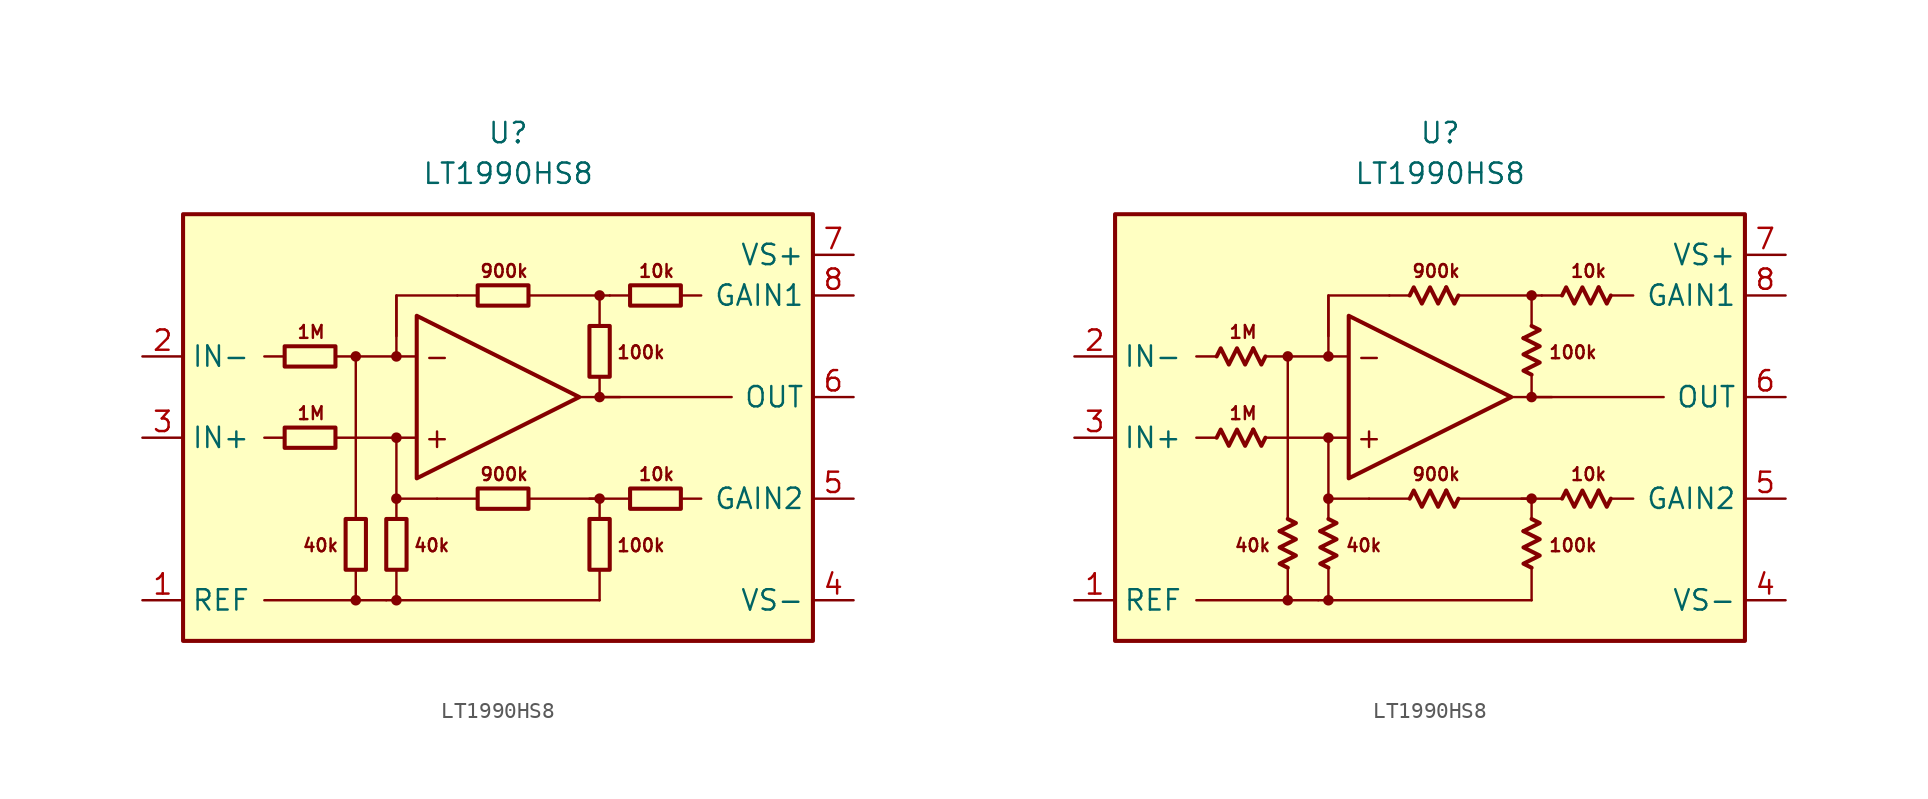
<source format=kicad_sym>
(kicad_symbol_lib
  (version 20231120)
  (generator "kicad_symbol_editor")
  (generator_version "8.0")
  (symbol "LT1990HS8"
    (property "Reference" "U"
      (at 0 19.05 0)
      (effects (font (size 1.27 1.27))))
    (property "Value" "LT1990HS8"
      (at 0 16.51 0)
      (effects (font (size 1.27 1.27))))
    (symbol "LT1990HS8_0_0"
      (rectangle (start -20.32 13.97) (end 19.05 -12.7) (stroke (width 0.254) (type default)) (fill (type background)))
      (circle (center -9.525 -10.16) (radius 0.254) (stroke (width 0.152) (type default)) (fill (type outline)))
      (circle (center -9.525 5.08) (radius 0.254) (stroke (width 0.152) (type default)) (fill (type outline)))
      (circle (center -6.985 -10.16) (radius 0.254) (stroke (width 0.152) (type default)) (fill (type outline)))
      (circle (center -6.985 -3.81) (radius 0.254) (stroke (width 0.152) (type default)) (fill (type outline)))
      (circle (center -6.985 0) (radius 0.254) (stroke (width 0.152) (type default)) (fill (type outline)))
      (circle (center -6.985 5.08) (radius 0.254) (stroke (width 0.152) (type default)) (fill (type outline)))
      (polyline (pts (xy -13.97 0) (xy -15.24 0)) (stroke (width 0.152) (type default)) (fill (type none)))
      (polyline (pts (xy -13.97 5.08) (xy -15.24 5.08)) (stroke (width 0.152) (type default)) (fill (type none)))
      (polyline (pts (xy -9.525 -8.255) (xy -9.525 -10.16)) (stroke (width 0.152) (type default)) (fill (type none)))
      (polyline (pts (xy -9.525 -5.08) (xy -9.525 5.08)) (stroke (width 0.152) (type default)) (fill (type none)))
      (polyline (pts (xy -7.62 -10.16) (xy -15.24 -10.16)) (stroke (width 0.152) (type default)) (fill (type none)))
      (polyline (pts (xy -6.985 -8.255) (xy -6.985 -10.16)) (stroke (width 0.152) (type default)) (fill (type none)))
      (polyline (pts (xy -6.985 -3.81) (xy -6.985 0)) (stroke (width 0.152) (type default)) (fill (type none)))
      (polyline (pts (xy -6.985 5.08) (xy -6.985 8.89)) (stroke (width 0.152) (type default)) (fill (type none)))
      (polyline (pts (xy -5.715 0) (xy -10.795 0)) (stroke (width 0.152) (type default)) (fill (type none)))
      (polyline (pts (xy -5.715 5.08) (xy -10.795 5.08)) (stroke (width 0.152) (type default)) (fill (type none)))
      (polyline (pts (xy -1.905 -3.81) (xy -4.445 -3.81)) (stroke (width 0.152) (type default)) (fill (type none)))
      (polyline (pts (xy -1.905 8.89) (xy -3.175 8.89)) (stroke (width 0.152) (type default)) (fill (type none)))
      (polyline (pts (xy 4.445 2.54) (xy 13.97 2.54)) (stroke (width 0.152) (type default)) (fill (type none)))
      (polyline (pts (xy 5.715 -10.16) (xy -7.62 -10.16)) (stroke (width 0.152) (type default)) (fill (type none)))
      (polyline (pts (xy 5.715 -8.255) (xy 5.715 -10.16)) (stroke (width 0.152) (type default)) (fill (type none)))
      (polyline (pts (xy 5.715 2.54) (xy 5.715 3.81)) (stroke (width 0.152) (type default)) (fill (type none)))
      (polyline (pts (xy 5.715 2.54) (xy 6.985 2.54)) (stroke (width 0.152) (type default)) (fill (type none)))
      (polyline (pts (xy 5.715 8.89) (xy 1.27 8.89)) (stroke (width 0.152) (type default)) (fill (type none)))
      (polyline (pts (xy 7.62 -3.81) (xy 5.08 -3.81)) (stroke (width 0.152) (type default)) (fill (type none)))
      (polyline (pts (xy 7.62 8.89) (xy 6.35 8.89)) (stroke (width 0.152) (type default)) (fill (type none)))
      (polyline (pts (xy 10.795 -3.81) (xy 12.065 -3.81)) (stroke (width 0.152) (type default)) (fill (type none)))
      (polyline (pts (xy 10.795 8.89) (xy 12.065 8.89)) (stroke (width 0.152) (type default)) (fill (type none)))
      (polyline (pts (xy -4.445 -3.81) (xy -6.985 -3.81) (xy -6.985 -5.08)) (stroke (width 0.152) (type default)) (fill (type none)))
      (polyline (pts (xy -3.175 8.89) (xy -6.985 8.89) (xy -6.985 6.35)) (stroke (width 0.152) (type default)) (fill (type none)))
      (polyline (pts (xy 5.715 -5.08) (xy 5.715 -3.81) (xy 1.27 -3.81)) (stroke (width 0.152) (type default)) (fill (type none)))
      (polyline (pts (xy 6.35 8.89) (xy 5.715 8.89) (xy 5.715 6.985)) (stroke (width 0.152) (type default)) (fill (type none)))
      (polyline (pts (xy -5.715 7.62) (xy -5.715 -2.54) (xy 4.445 2.54) (xy -5.715 7.62)) (stroke (width 0.254) (type default)) (fill (type none)))
      (circle (center 5.715 -3.81) (radius 0.254) (stroke (width 0.152) (type default)) (fill (type outline)))
      (circle (center 5.715 2.54) (radius 0.254) (stroke (width 0.152) (type default)) (fill (type outline)))
      (circle (center 5.715 8.89) (radius 0.254) (stroke (width 0.152) (type default)) (fill (type outline)))
      (text "+" (at -4.445 0 0) (effects (font (size 1.27 1.27))))
      (text "-" (at -4.445 5.08 0) (effects (font (size 1.27 1.27))))
      (text "100k" (at 6.731 -6.731 0) (effects (font (size 0.8 0.8)) (justify left)))
      (text "100k" (at 6.731 5.334 0) (effects (font (size 0.8 0.8)) (justify left)))
      (text "10k" (at 9.271 -2.286 0) (effects (font (size 0.8 0.8))))
      (text "10k" (at 9.271 10.414 0) (effects (font (size 0.8 0.8))))
      (text "1M" (at -12.319 1.524 0) (effects (font (size 0.8 0.8))))
      (text "1M" (at -12.319 6.604 0) (effects (font (size 0.8 0.8))))
      (text "40k" (at -10.541 -6.731 0) (effects (font (size 0.8 0.8)) (justify right)))
      (text "40k" (at -5.969 -6.731 0) (effects (font (size 0.8 0.8)) (justify left)))
      (text "900k" (at -0.254 -2.286 0) (effects (font (size 0.8 0.8))))
      (text "900k" (at -0.254 10.414 0) (effects (font (size 0.8 0.8)))))
    (symbol "LT1990HS8_0_1"
      (rectangle (start -13.97 0.635) (end -10.795 -0.635) (stroke (width 0.254) (type default)) (fill (type none)))
      (rectangle (start -13.97 5.715) (end -10.795 4.445) (stroke (width 0.254) (type default)) (fill (type none)))
      (rectangle (start -10.16 -5.08) (end -8.89 -8.255) (stroke (width 0.254) (type default)) (fill (type none)))
      (rectangle (start -7.62 -8.255) (end -6.35 -5.08) (stroke (width 0.254) (type default)) (fill (type none)))
      (rectangle (start -1.905 -3.175) (end 1.27 -4.445) (stroke (width 0.254) (type default)) (fill (type none)))
      (rectangle (start -1.905 9.525) (end 1.27 8.255) (stroke (width 0.254) (type default)) (fill (type none)))
      (rectangle (start 5.08 -8.255) (end 6.35 -5.08) (stroke (width 0.254) (type default)) (fill (type none)))
      (rectangle (start 5.08 3.81) (end 6.35 6.985) (stroke (width 0.254) (type default)) (fill (type none)))
      (rectangle (start 7.62 -3.175) (end 10.795 -4.445) (stroke (width 0.254) (type default)) (fill (type none)))
      (rectangle (start 7.62 9.525) (end 10.795 8.255) (stroke (width 0.254) (type default)) (fill (type none))))
    (symbol "LT1990HS8_0_2"
      (polyline (pts (xy -11.684 0.508) (xy -11.176 -0.508) (xy -10.922 0)) (stroke (width 0.254) (type default)) (fill (type none)))
      (polyline (pts (xy -11.684 5.588) (xy -11.176 4.572) (xy -10.922 5.08)) (stroke (width 0.254) (type default)) (fill (type none)))
      (polyline (pts (xy -10.033 -5.842) (xy -9.017 -5.334) (xy -9.525 -5.08)) (stroke (width 0.254) (type default)) (fill (type none)))
      (polyline (pts (xy -7.493 -5.842) (xy -6.477 -5.334) (xy -6.985 -5.08)) (stroke (width 0.254) (type default)) (fill (type none)))
      (polyline (pts (xy 0.381 -3.302) (xy 0.889 -4.318) (xy 1.143 -3.81)) (stroke (width 0.254) (type default)) (fill (type none)))
      (polyline (pts (xy 0.381 9.398) (xy 0.889 8.382) (xy 1.143 8.89)) (stroke (width 0.254) (type default)) (fill (type none)))
      (polyline (pts (xy 5.207 -5.842) (xy 6.223 -5.334) (xy 5.715 -5.08)) (stroke (width 0.254) (type default)) (fill (type none)))
      (polyline (pts (xy 5.207 6.223) (xy 6.223 6.731) (xy 5.715 6.985)) (stroke (width 0.254) (type default)) (fill (type none)))
      (polyline (pts (xy 9.906 -3.302) (xy 10.414 -4.318) (xy 10.668 -3.81)) (stroke (width 0.254) (type default)) (fill (type none)))
      (polyline (pts (xy 9.906 9.398) (xy 10.414 8.382) (xy 10.668 8.89)) (stroke (width 0.254) (type default)) (fill (type none)))
      (polyline (pts (xy -13.97 0) (xy -13.716 0.508) (xy -13.208 -0.508) (xy -12.7 0.508) (xy -12.192 -0.508) (xy -11.684 0.508)) (stroke (width 0.254) (type default)) (fill (type none)))
      (polyline (pts (xy -13.97 5.08) (xy -13.716 5.588) (xy -13.208 4.572) (xy -12.7 5.588) (xy -12.192 4.572) (xy -11.684 5.588)) (stroke (width 0.254) (type default)) (fill (type none)))
      (polyline (pts (xy -9.525 -8.128) (xy -10.033 -7.874) (xy -9.017 -7.366) (xy -10.033 -6.858) (xy -9.017 -6.35) (xy -10.033 -5.842)) (stroke (width 0.254) (type default)) (fill (type none)))
      (polyline (pts (xy -6.985 -8.128) (xy -7.493 -7.874) (xy -6.477 -7.366) (xy -7.493 -6.858) (xy -6.477 -6.35) (xy -7.493 -5.842)) (stroke (width 0.254) (type default)) (fill (type none)))
      (polyline (pts (xy -1.905 -3.81) (xy -1.651 -3.302) (xy -1.143 -4.318) (xy -0.635 -3.302) (xy -0.127 -4.318) (xy 0.381 -3.302)) (stroke (width 0.254) (type default)) (fill (type none)))
      (polyline (pts (xy -1.905 8.89) (xy -1.651 9.398) (xy -1.143 8.382) (xy -0.635 9.398) (xy -0.127 8.382) (xy 0.381 9.398)) (stroke (width 0.254) (type default)) (fill (type none)))
      (polyline (pts (xy 5.715 -8.128) (xy 5.207 -7.874) (xy 6.223 -7.366) (xy 5.207 -6.858) (xy 6.223 -6.35) (xy 5.207 -5.842)) (stroke (width 0.254) (type default)) (fill (type none)))
      (polyline (pts (xy 5.715 3.937) (xy 5.207 4.191) (xy 6.223 4.699) (xy 5.207 5.207) (xy 6.223 5.715) (xy 5.207 6.223)) (stroke (width 0.254) (type default)) (fill (type none)))
      (polyline (pts (xy 7.62 -3.81) (xy 7.874 -3.302) (xy 8.382 -4.318) (xy 8.89 -3.302) (xy 9.398 -4.318) (xy 9.906 -3.302)) (stroke (width 0.254) (type default)) (fill (type none)))
      (polyline (pts (xy 7.62 8.89) (xy 7.874 9.398) (xy 8.382 8.382) (xy 8.89 9.398) (xy 9.398 8.382) (xy 9.906 9.398)) (stroke (width 0.254) (type default)) (fill (type none))))
    (symbol "LT1990HS8_1_1"
      (pin input line (at -22.86 -10.16 0) (length 2.54) (name "REF" (effects (font (size 1.27 1.27)))) (number "1" (effects (font (size 1.27 1.27)))))
      (pin input line (at -22.86 5.08 0) (length 2.54) (name "IN-" (effects (font (size 1.27 1.27)))) (number "2" (effects (font (size 1.27 1.27)))))
      (pin input line (at -22.86 0 0) (length 2.54) (name "IN+" (effects (font (size 1.27 1.27)))) (number "3" (effects (font (size 1.27 1.27)))))
      (pin power_in line (at 21.59 -10.16 180) (length 2.54) (name "VS-" (effects (font (size 1.27 1.27)))) (number "4" (effects (font (size 1.27 1.27)))))
      (pin passive line (at 21.59 -3.81 180) (length 2.54) (name "GAIN2" (effects (font (size 1.27 1.27)))) (number "5" (effects (font (size 1.27 1.27)))))
      (pin output line (at 21.59 2.54 180) (length 2.54) (name "OUT" (effects (font (size 1.27 1.27)))) (number "6" (effects (font (size 1.27 1.27)))))
      (pin power_in line (at 21.59 11.43 180) (length 2.54) (name "VS+" (effects (font (size 1.27 1.27)))) (number "7" (effects (font (size 1.27 1.27)))))
      (pin passive line (at 21.59 8.89 180) (length 2.54) (name "GAIN1" (effects (font (size 1.27 1.27)))) (number "8" (effects (font (size 1.27 1.27))))))
    (symbol "LT1990HS8_1_2"
      (pin input line (at -22.86 -10.16 0) (length 2.54) (name "REF" (effects (font (size 1.27 1.27)))) (number "1" (effects (font (size 1.27 1.27)))))
      (pin input line (at -22.86 5.08 0) (length 2.54) (name "IN-" (effects (font (size 1.27 1.27)))) (number "2" (effects (font (size 1.27 1.27)))))
      (pin input line (at -22.86 0 0) (length 2.54) (name "IN+" (effects (font (size 1.27 1.27)))) (number "3" (effects (font (size 1.27 1.27)))))
      (pin power_in line (at 21.59 -10.16 180) (length 2.54) (name "VS-" (effects (font (size 1.27 1.27)))) (number "4" (effects (font (size 1.27 1.27)))))
      (pin passive line (at 21.59 -3.81 180) (length 2.54) (name "GAIN2" (effects (font (size 1.27 1.27)))) (number "5" (effects (font (size 1.27 1.27)))))
      (pin output line (at 21.59 2.54 180) (length 2.54) (name "OUT" (effects (font (size 1.27 1.27)))) (number "6" (effects (font (size 1.27 1.27)))))
      (pin power_in line (at 21.59 11.43 180) (length 2.54) (name "VS+" (effects (font (size 1.27 1.27)))) (number "7" (effects (font (size 1.27 1.27)))))
      (pin passive line (at 21.59 8.89 180) (length 2.54) (name "GAIN1" (effects (font (size 1.27 1.27)))) (number "8" (effects (font (size 1.27 1.27))))))))
</source>
